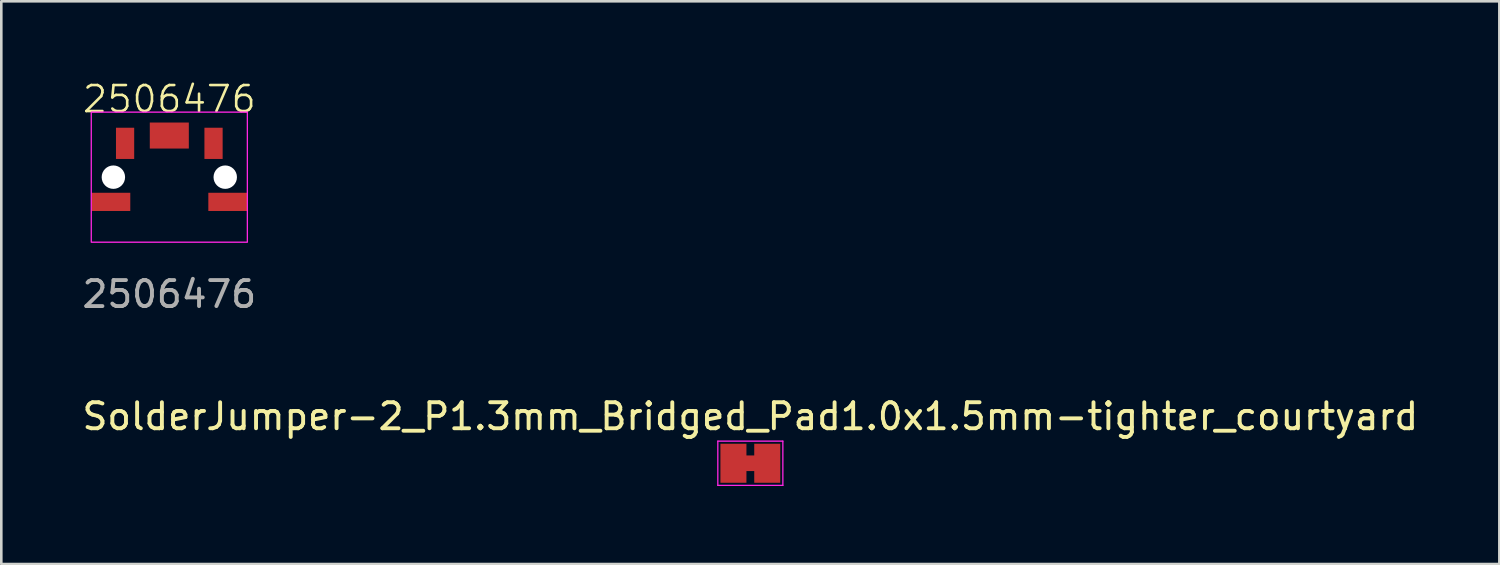
<source format=kicad_pcb>
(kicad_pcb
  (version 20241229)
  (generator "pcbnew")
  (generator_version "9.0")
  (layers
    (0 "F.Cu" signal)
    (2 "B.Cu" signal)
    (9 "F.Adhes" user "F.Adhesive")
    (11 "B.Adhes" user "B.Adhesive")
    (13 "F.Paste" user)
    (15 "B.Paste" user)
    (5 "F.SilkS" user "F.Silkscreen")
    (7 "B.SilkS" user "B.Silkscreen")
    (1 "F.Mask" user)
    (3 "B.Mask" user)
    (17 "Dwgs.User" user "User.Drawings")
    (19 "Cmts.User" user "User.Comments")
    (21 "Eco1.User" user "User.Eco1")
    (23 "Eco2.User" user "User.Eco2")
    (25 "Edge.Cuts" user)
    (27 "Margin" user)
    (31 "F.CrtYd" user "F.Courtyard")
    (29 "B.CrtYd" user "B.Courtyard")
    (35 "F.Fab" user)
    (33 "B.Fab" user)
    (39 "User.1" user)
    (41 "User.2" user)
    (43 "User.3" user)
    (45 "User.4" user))
  (footprint "2506476"
    (layer "F.Cu")
    (at 3.458 3.76)
    (property "Reference" "2506476" (at 0 -3 0) (unlocked yes) (layer "F.SilkS") (effects (font (size 1 1) (thickness 0.1))))
    (attr smd)
    (fp_rect (start -3 0.6) (end -1.5 1.3) (stroke (width 0) (type solid)) (fill yes) (layer "F.Cu"))
    (fp_rect (start -0.75 -1.1) (end 0.75 -2.1) (stroke (width 0) (type solid)) (fill yes) (layer "F.Cu"))
    (fp_rect (start 1.5 0.6) (end 3 1.3) (stroke (width 0) (type solid)) (fill yes) (layer "F.Cu"))
    (fp_rect (start -3 -2.5) (end 3 2.5) (stroke (width 0.05) (type solid)) (fill no) (layer "F.CrtYd"))
    (fp_text user "${REFERENCE}" (at 0 4.5 0) (unlocked yes) (layer "F.Fab") (effects (font (size 1 1) (thickness 0.15))))
    (pad "" np_thru_hole circle (at -2.15 0) (size 0.9 0.9) (drill 0.9) (layers "*.Cu" "*.Mask"))
    (pad "" np_thru_hole circle (at 2.15 0) (size 0.9 0.9) (drill 0.9) (layers "*.Cu" "*.Mask"))
    (pad "1" smd rect (at -1.7 -1.3) (size 0.7 1.2) (layers "F.Cu" "F.Mask" "F.Paste"))
    (pad "2" smd rect (at 1.7 -1.3) (size 0.7 1.2) (layers "F.Cu" "F.Mask" "F.Paste")))
  (footprint "SolderJumper-2_P1.3mm_Bridged_Pad1.0x1.5mm-tighter_courtyard"
    (layer "F.Cu")
    (at 25.792 14.757)
    (property "Reference" "SolderJumper-2_P1.3mm_Bridged_Pad1.0x1.5mm-tighter_courtyard" (at 0 -1.8 0) (layer "F.SilkS") (effects (font (size 1 1) (thickness 0.15))))
    (attr exclude_from_pos_files allow_soldermask_bridges)
    (fp_poly (pts (xy -0.25 -0.3) (xy 0.25 -0.3) (xy 0.25 0.3) (xy -0.25 0.3)) (stroke (width 0) (type solid)) (fill yes) (layer "F.Cu"))
    (fp_rect (start -0.15 -0.75) (end 0.15 0.75) (stroke (width 0) (type default)) (fill yes) (layer "F.Mask"))
    (fp_line (start -1.25 -0.85) (end -1.25 0.85) (stroke (width 0.05) (type solid)) (layer "F.CrtYd"))
    (fp_line (start -1.25 -0.85) (end 1.25 -0.85) (stroke (width 0.05) (type solid)) (layer "F.CrtYd"))
    (fp_line (start 1.25 0.85) (end -1.25 0.85) (stroke (width 0.05) (type solid)) (layer "F.CrtYd"))
    (fp_line (start 1.25 0.85) (end 1.25 -0.85) (stroke (width 0.05) (type solid)) (layer "F.CrtYd"))
    (pad "1" smd rect (at -0.65 0) (size 1 1.5) (layers "F.Cu" "F.Mask"))
    (pad "2" smd rect (at 0.65 0) (size 1 1.5) (layers "F.Cu" "F.Mask")))
  (gr_rect
    (start -3 -3)
    (end 54.583 18.632)
    (stroke (width 0.1) (type default))
    (fill no)
    (layer "Edge.Cuts")))
</source>
